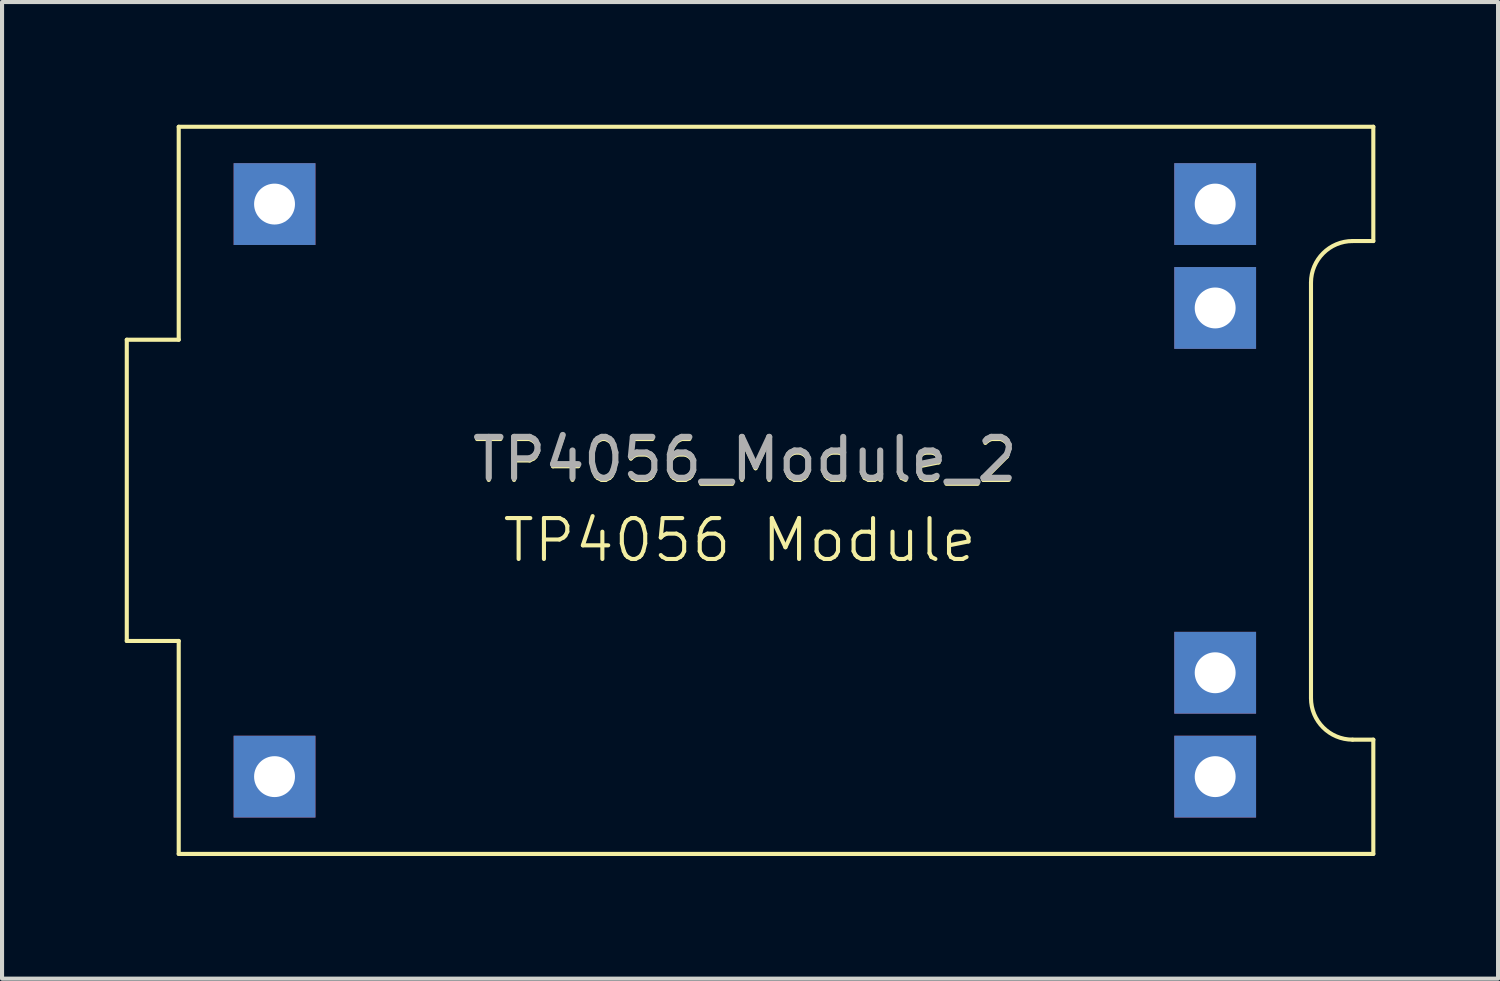
<source format=kicad_pcb>
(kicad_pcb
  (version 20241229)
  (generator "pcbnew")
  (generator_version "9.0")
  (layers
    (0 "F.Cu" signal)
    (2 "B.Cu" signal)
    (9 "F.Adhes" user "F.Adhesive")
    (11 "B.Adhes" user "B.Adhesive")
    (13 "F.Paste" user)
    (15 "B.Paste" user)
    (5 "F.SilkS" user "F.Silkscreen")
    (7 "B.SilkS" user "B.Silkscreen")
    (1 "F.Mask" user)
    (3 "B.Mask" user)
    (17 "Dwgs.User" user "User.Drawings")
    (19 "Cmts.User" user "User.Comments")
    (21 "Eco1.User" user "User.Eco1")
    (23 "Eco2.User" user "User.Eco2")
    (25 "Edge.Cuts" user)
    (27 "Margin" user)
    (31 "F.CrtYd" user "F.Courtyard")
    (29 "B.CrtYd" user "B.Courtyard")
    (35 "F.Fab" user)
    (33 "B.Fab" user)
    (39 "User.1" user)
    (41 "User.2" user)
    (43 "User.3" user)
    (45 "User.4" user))
  (footprint "TP4056_Module_2"
    (layer "F.Cu")
    (at 15.163 8.94)
    (property "Reference" "TP4056_Module_2" (at 0 -0.127 0) (unlocked yes) (layer "F.SilkS") (effects (font (size 1 1) (thickness 0.1)) (justify bottom)))
    (attr through_hole)
    (fp_line (start -15.113 -3.683) (end -13.843 -3.683) (stroke (width 0.1) (type default)) (layer "F.SilkS"))
    (fp_line (start -15.113 3.683) (end -15.113 -3.683) (stroke (width 0.1) (type default)) (layer "F.SilkS"))
    (fp_line (start -15.113 3.683) (end -13.843 3.683) (stroke (width 0.1) (type default)) (layer "F.SilkS"))
    (fp_line (start -13.843 -8.89) (end 15.367 -8.89) (stroke (width 0.1) (type default)) (layer "F.SilkS"))
    (fp_line (start -13.843 -3.683) (end -13.843 -8.89) (stroke (width 0.1) (type default)) (layer "F.SilkS"))
    (fp_line (start -13.843 3.683) (end -13.843 8.89) (stroke (width 0.1) (type default)) (layer "F.SilkS"))
    (fp_line (start -13.843 8.89) (end 15.367 8.89) (stroke (width 0.1) (type default)) (layer "F.SilkS"))
    (fp_line (start 13.843 5.08) (end 13.843 -5.08) (stroke (width 0.1) (type default)) (layer "F.SilkS"))
    (fp_line (start 15.367 -8.89) (end 15.367 -6.096) (stroke (width 0.1) (type default)) (layer "F.SilkS"))
    (fp_line (start 15.367 -6.096) (end 14.859 -6.096) (stroke (width 0.1) (type default)) (layer "F.SilkS"))
    (fp_line (start 15.367 6.096) (end 14.859 6.096) (stroke (width 0.1) (type default)) (layer "F.SilkS"))
    (fp_line (start 15.367 6.096) (end 15.367 8.89) (stroke (width 0.1) (type default)) (layer "F.SilkS"))
    (fp_arc (start 13.843 -5.08) (mid 14.14058 -5.79842) (end 14.859 -6.096) (stroke (width 0.1) (type default)) (layer "F.SilkS"))
    (fp_arc (start 14.859 6.096) (mid 14.14058 5.79842) (end 13.843 5.08) (stroke (width 0.1) (type default)) (layer "F.SilkS"))
    (fp_line (start -13.843 -8.89) (end 15.367 -8.89) (stroke (width 0.1) (type default)) (layer "Margin"))
    (fp_line (start -13.843 8.89) (end -13.843 -8.89) (stroke (width 0.1) (type default)) (layer "Margin"))
    (fp_line (start -13.843 8.89) (end 15.367 8.89) (stroke (width 0.1) (type default)) (layer "Margin"))
    (fp_line (start 13.843 5.08) (end 13.843 -5.08) (stroke (width 0.1) (type default)) (layer "Margin"))
    (fp_line (start 15.367 -8.89) (end 15.367 -6.096) (stroke (width 0.1) (type default)) (layer "Margin"))
    (fp_line (start 15.367 -6.096) (end 14.859 -6.096) (stroke (width 0.1) (type default)) (layer "Margin"))
    (fp_line (start 15.367 6.096) (end 14.859 6.096) (stroke (width 0.1) (type default)) (layer "Margin"))
    (fp_line (start 15.367 8.89) (end 15.367 6.096) (stroke (width 0.1) (type default)) (layer "Margin"))
    (fp_arc (start 13.843 -5.08) (mid 14.14058 -5.79842) (end 14.859 -6.096) (stroke (width 0.1) (type default)) (layer "Margin"))
    (fp_arc (start 14.859 6.096) (mid 14.14058 5.79842) (end 13.843 5.08) (stroke (width 0.1) (type default)) (layer "Margin"))
    (fp_text user "TP4056 Module" (at -0.127 0.635 0) (unlocked yes) (layer "F.SilkS") (effects (font (size 1 1) (thickness 0.1)) (justify top)))
    (fp_text user "${REFERENCE}" (at 0 -0.762 0) (unlocked yes) (layer "F.Fab") (effects (font (size 1 1) (thickness 0.15))))
    (pad "1" thru_hole rect (at -11.5 -7) (size 2 2) (drill 1) (layers "*.Cu" "*.Mask"))
    (pad "2" thru_hole rect (at -11.5 7) (size 2 2) (drill 1) (layers "*.Cu" "*.Mask"))
    (pad "3" thru_hole rect (at 11.5 7) (size 2 2) (drill 1) (layers "*.Cu" "*.Mask"))
    (pad "4" thru_hole rect (at 11.5 4.46) (size 2 2) (drill 1) (layers "*.Cu" "*.Mask"))
    (pad "5" thru_hole rect (at 11.5 -4.46) (size 2 2) (drill 1) (layers "*.Cu" "*.Mask"))
    (pad "6" thru_hole rect (at 11.5 -7) (size 2 2) (drill 1) (layers "*.Cu" "*.Mask")))
  (gr_rect
    (start -3 -3)
    (end 33.58 20.88)
    (stroke (width 0.1) (type default))
    (fill no)
    (layer "Edge.Cuts")))
</source>
